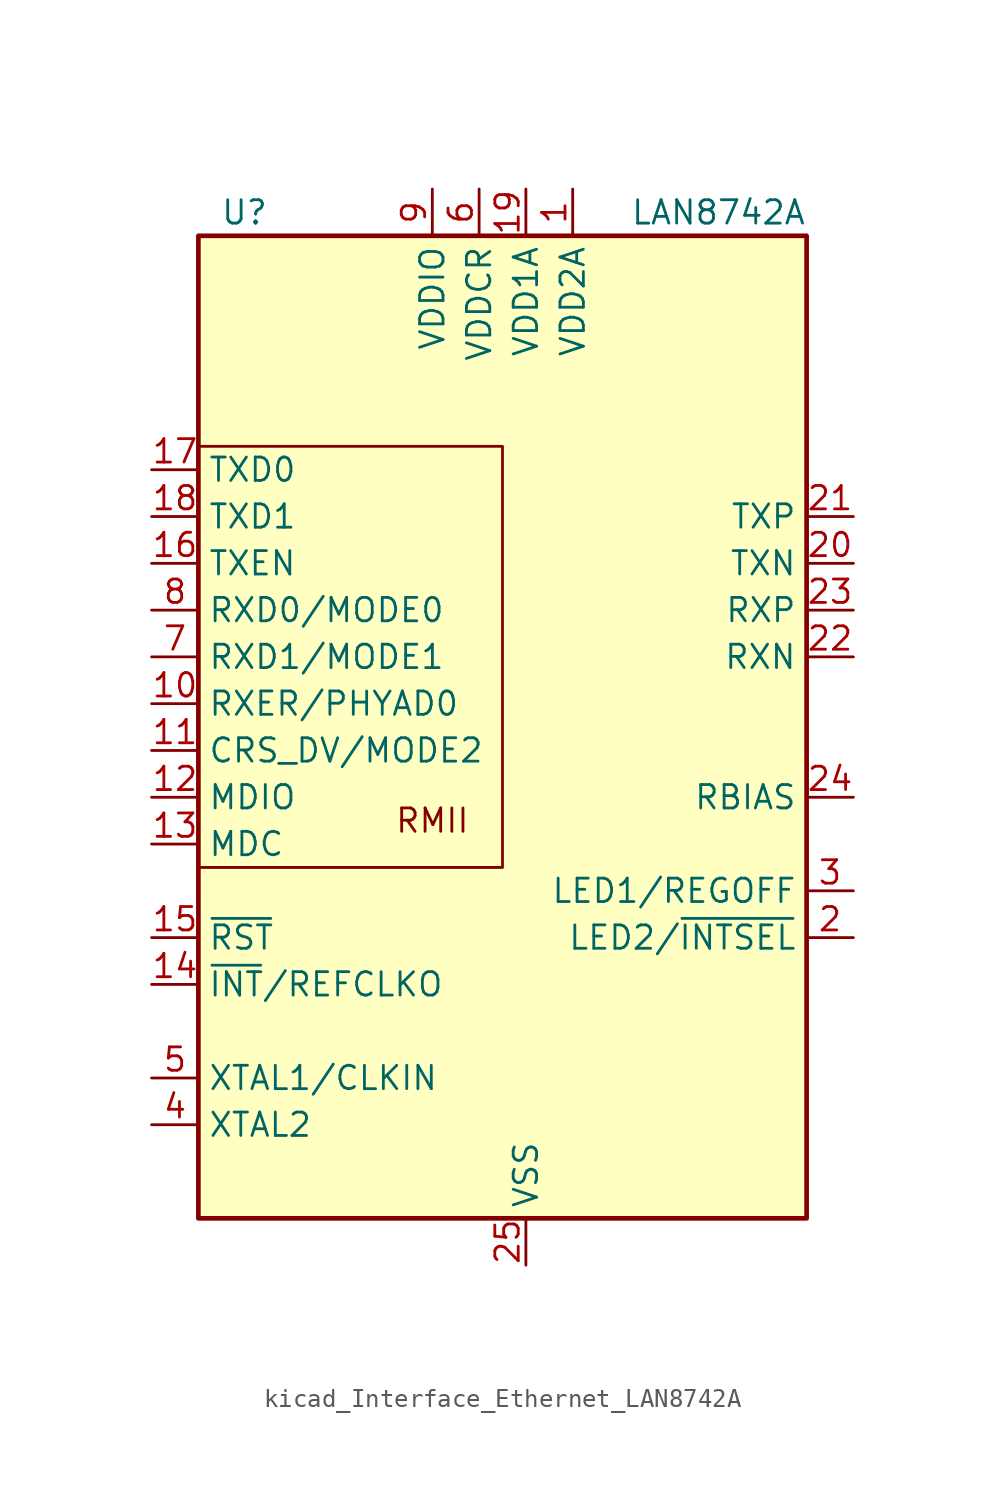
<source format=kicad_sym>
(kicad_symbol_lib
  (version 20220914)
  (generator kicad_symbol_editor)
  (symbol "kicad_Interface_Ethernet_LAN8742A"
    (property "Reference" "U"
      (at -13.97 29.21 0)
      (effects (font (size 1.27 1.27)) (justify right)))
    (property "Value" "LAN8742A"
      (at 15.24 29.21 0)
      (effects (font (size 1.27 1.27)) (justify right)))
    (symbol "kicad_Interface_Ethernet_LAN8742A_0_0"
      (text "RMII" (at -5.08 -3.81 0) (effects (font (size 1.27 1.27)))))
    (symbol "kicad_Interface_Ethernet_LAN8742A_0_1"
      (rectangle (start -17.78 27.94) (end 15.24 -25.4) (stroke (width 0.254) (type default)) (fill (type background)))
      (polyline (pts (xy -17.78 -6.35) (xy -1.27 -6.35) (xy -1.27 16.51) (xy -17.78 16.51)) (stroke (width 0) (type default)) (fill (type none))))
    (symbol "kicad_Interface_Ethernet_LAN8742A_1_1"
      (pin power_in line (at 2.54 30.48 270) (length 2.54) (name "VDD2A" (effects (font (size 1.27 1.27)))) (number "1" (effects (font (size 1.27 1.27)))))
      (pin output line (at -20.32 2.54 0) (length 2.54) (name "RXER/PHYAD0" (effects (font (size 1.27 1.27)))) (number "10" (effects (font (size 1.27 1.27)))))
      (pin bidirectional line (at -20.32 0 0) (length 2.54) (name "CRS_DV/MODE2" (effects (font (size 1.27 1.27)))) (number "11" (effects (font (size 1.27 1.27)))))
      (pin bidirectional line (at -20.32 -2.54 0) (length 2.54) (name "MDIO" (effects (font (size 1.27 1.27)))) (number "12" (effects (font (size 1.27 1.27)))))
      (pin input line (at -20.32 -5.08 0) (length 2.54) (name "MDC" (effects (font (size 1.27 1.27)))) (number "13" (effects (font (size 1.27 1.27)))))
      (pin output line (at -20.32 -12.7 0) (length 2.54) (name "~{INT}/REFCLKO" (effects (font (size 1.27 1.27)))) (number "14" (effects (font (size 1.27 1.27)))))
      (pin input line (at -20.32 -10.16 0) (length 2.54) (name "~{RST}" (effects (font (size 1.27 1.27)))) (number "15" (effects (font (size 1.27 1.27)))))
      (pin input line (at -20.32 10.16 0) (length 2.54) (name "TXEN" (effects (font (size 1.27 1.27)))) (number "16" (effects (font (size 1.27 1.27)))))
      (pin input line (at -20.32 15.24 0) (length 2.54) (name "TXD0" (effects (font (size 1.27 1.27)))) (number "17" (effects (font (size 1.27 1.27)))))
      (pin input line (at -20.32 12.7 0) (length 2.54) (name "TXD1" (effects (font (size 1.27 1.27)))) (number "18" (effects (font (size 1.27 1.27)))))
      (pin power_in line (at 0 30.48 270) (length 2.54) (name "VDD1A" (effects (font (size 1.27 1.27)))) (number "19" (effects (font (size 1.27 1.27)))))
      (pin bidirectional line (at 17.78 -10.16 180) (length 2.54) (name "LED2/~{INTSEL}" (effects (font (size 1.27 1.27)))) (number "2" (effects (font (size 1.27 1.27)))) (alternate "~{INT}/~{INTSEL}" output line) (alternate "~{PME}/~{INTSEL}" output line))
      (pin passive line (at 17.78 10.16 180) (length 2.54) (name "TXN" (effects (font (size 1.27 1.27)))) (number "20" (effects (font (size 1.27 1.27)))))
      (pin passive line (at 17.78 12.7 180) (length 2.54) (name "TXP" (effects (font (size 1.27 1.27)))) (number "21" (effects (font (size 1.27 1.27)))))
      (pin passive line (at 17.78 5.08 180) (length 2.54) (name "RXN" (effects (font (size 1.27 1.27)))) (number "22" (effects (font (size 1.27 1.27)))))
      (pin passive line (at 17.78 7.62 180) (length 2.54) (name "RXP" (effects (font (size 1.27 1.27)))) (number "23" (effects (font (size 1.27 1.27)))))
      (pin passive line (at 17.78 -2.54 180) (length 2.54) (name "RBIAS" (effects (font (size 1.27 1.27)))) (number "24" (effects (font (size 1.27 1.27)))))
      (pin power_in line (at 0 -27.94 90) (length 2.54) (name "VSS" (effects (font (size 1.27 1.27)))) (number "25" (effects (font (size 1.27 1.27)))))
      (pin bidirectional line (at 17.78 -7.62 180) (length 2.54) (name "LED1/REGOFF" (effects (font (size 1.27 1.27)))) (number "3" (effects (font (size 1.27 1.27)))) (alternate "~{INT}/REGOFF" bidirectional line) (alternate "~{PME}/REGOFF" bidirectional line))
      (pin output line (at -20.32 -20.32 0) (length 2.54) (name "XTAL2" (effects (font (size 1.27 1.27)))) (number "4" (effects (font (size 1.27 1.27)))))
      (pin input line (at -20.32 -17.78 0) (length 2.54) (name "XTAL1/CLKIN" (effects (font (size 1.27 1.27)))) (number "5" (effects (font (size 1.27 1.27)))))
      (pin power_in line (at -2.54 30.48 270) (length 2.54) (name "VDDCR" (effects (font (size 1.27 1.27)))) (number "6" (effects (font (size 1.27 1.27)))))
      (pin bidirectional line (at -20.32 5.08 0) (length 2.54) (name "RXD1/MODE1" (effects (font (size 1.27 1.27)))) (number "7" (effects (font (size 1.27 1.27)))))
      (pin bidirectional line (at -20.32 7.62 0) (length 2.54) (name "RXD0/MODE0" (effects (font (size 1.27 1.27)))) (number "8" (effects (font (size 1.27 1.27)))))
      (pin power_in line (at -5.08 30.48 270) (length 2.54) (name "VDDIO" (effects (font (size 1.27 1.27)))) (number "9" (effects (font (size 1.27 1.27))))))))
</source>
